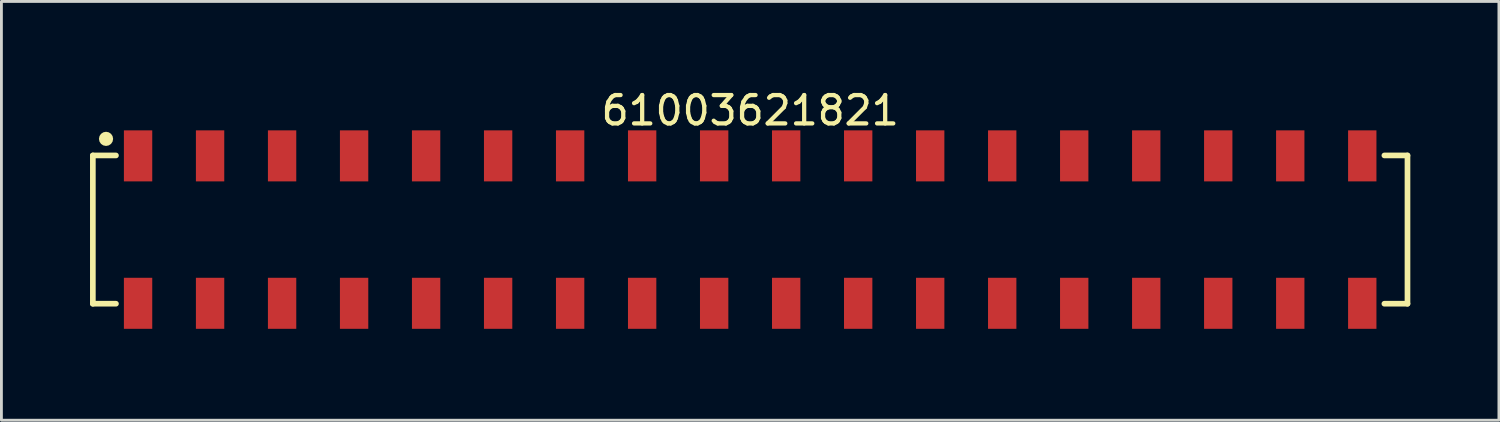
<source format=kicad_pcb>
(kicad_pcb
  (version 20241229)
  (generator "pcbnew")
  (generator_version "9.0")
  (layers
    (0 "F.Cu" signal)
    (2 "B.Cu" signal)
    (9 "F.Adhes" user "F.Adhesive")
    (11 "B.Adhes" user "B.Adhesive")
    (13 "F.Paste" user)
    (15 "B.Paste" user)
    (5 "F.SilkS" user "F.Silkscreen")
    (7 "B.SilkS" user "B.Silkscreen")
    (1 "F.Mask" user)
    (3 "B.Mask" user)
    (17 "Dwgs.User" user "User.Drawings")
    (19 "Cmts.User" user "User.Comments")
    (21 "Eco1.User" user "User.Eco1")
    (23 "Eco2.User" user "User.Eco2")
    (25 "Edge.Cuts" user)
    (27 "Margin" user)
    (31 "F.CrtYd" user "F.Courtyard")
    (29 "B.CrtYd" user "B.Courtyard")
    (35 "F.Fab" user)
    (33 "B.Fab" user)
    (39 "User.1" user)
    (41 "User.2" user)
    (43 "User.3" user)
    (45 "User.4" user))
  (footprint "61003621821"
    (layer "F.Cu")
    (at 23.41 5.048)
    (property "Reference" "61003621821" (at 0 -4.2 0) (layer "F.SilkS") (effects (font (size 1 1) (thickness 0.15))))
    (fp_line (start -23.185 -2.615) (end -22.37 -2.615) (stroke (width 0.2) (type solid)) (layer "F.SilkS"))
    (fp_line (start -23.185 2.615) (end -23.185 -2.615) (stroke (width 0.2) (type solid)) (layer "F.SilkS"))
    (fp_line (start -23.185 2.615) (end -22.37 2.615) (stroke (width 0.2) (type solid)) (layer "F.SilkS"))
    (fp_line (start 22.37 -2.615) (end 23.185 -2.615) (stroke (width 0.2) (type solid)) (layer "F.SilkS"))
    (fp_line (start 22.37 2.615) (end 23.185 2.615) (stroke (width 0.2) (type solid)) (layer "F.SilkS"))
    (fp_line (start 23.185 2.615) (end 23.185 -2.615) (stroke (width 0.2) (type solid)) (layer "F.SilkS"))
    (fp_circle (center -22.72 -3.2) (end -22.72 -3.325) (stroke (width 0.25) (type solid)) (fill no) (layer "F.SilkS"))
    (fp_line (start -23.385 -3.7) (end 23.385 -3.7) (stroke (width 0.05) (type solid)) (layer "Eco2.User"))
    (fp_line (start -23.385 3.7) (end -23.385 -3.7) (stroke (width 0.05) (type solid)) (layer "Eco2.User"))
    (fp_line (start -23.385 3.7) (end 23.385 3.7) (stroke (width 0.05) (type solid)) (layer "Eco2.User"))
    (fp_line (start -23.11 -2.54) (end 23.11 -2.54) (stroke (width 0.1) (type solid)) (layer "Eco2.User"))
    (fp_line (start -23.11 2.54) (end -23.11 -2.54) (stroke (width 0.1) (type solid)) (layer "Eco2.User"))
    (fp_line (start -23.11 2.54) (end 23.11 2.54) (stroke (width 0.1) (type solid)) (layer "Eco2.User"))
    (fp_line (start -21.91 -3.35) (end -21.27 -3.35) (stroke (width 0.1) (type solid)) (layer "Eco2.User"))
    (fp_line (start -21.91 -2.54) (end -21.91 -3.35) (stroke (width 0.1) (type solid)) (layer "Eco2.User"))
    (fp_line (start -21.91 3.35) (end -21.91 2.54) (stroke (width 0.1) (type solid)) (layer "Eco2.User"))
    (fp_line (start -21.91 3.35) (end -21.27 3.35) (stroke (width 0.1) (type solid)) (layer "Eco2.User"))
    (fp_line (start -21.27 -2.54) (end -21.27 -3.35) (stroke (width 0.1) (type solid)) (layer "Eco2.User"))
    (fp_line (start -21.27 3.35) (end -21.27 2.54) (stroke (width 0.1) (type solid)) (layer "Eco2.User"))
    (fp_line (start -19.37 -3.35) (end -18.73 -3.35) (stroke (width 0.1) (type solid)) (layer "Eco2.User"))
    (fp_line (start -19.37 -2.54) (end -19.37 -3.35) (stroke (width 0.1) (type solid)) (layer "Eco2.User"))
    (fp_line (start -19.37 3.35) (end -19.37 2.54) (stroke (width 0.1) (type solid)) (layer "Eco2.User"))
    (fp_line (start -19.37 3.35) (end -18.73 3.35) (stroke (width 0.1) (type solid)) (layer "Eco2.User"))
    (fp_line (start -18.73 -2.54) (end -18.73 -3.35) (stroke (width 0.1) (type solid)) (layer "Eco2.User"))
    (fp_line (start -18.73 3.35) (end -18.73 2.54) (stroke (width 0.1) (type solid)) (layer "Eco2.User"))
    (fp_line (start -16.83 -3.35) (end -16.19 -3.35) (stroke (width 0.1) (type solid)) (layer "Eco2.User"))
    (fp_line (start -16.83 -2.54) (end -16.83 -3.35) (stroke (width 0.1) (type solid)) (layer "Eco2.User"))
    (fp_line (start -16.83 3.35) (end -16.83 2.54) (stroke (width 0.1) (type solid)) (layer "Eco2.User"))
    (fp_line (start -16.83 3.35) (end -16.19 3.35) (stroke (width 0.1) (type solid)) (layer "Eco2.User"))
    (fp_line (start -16.19 -2.54) (end -16.19 -3.35) (stroke (width 0.1) (type solid)) (layer "Eco2.User"))
    (fp_line (start -16.19 3.35) (end -16.19 2.54) (stroke (width 0.1) (type solid)) (layer "Eco2.User"))
    (fp_line (start -14.29 -3.35) (end -13.65 -3.35) (stroke (width 0.1) (type solid)) (layer "Eco2.User"))
    (fp_line (start -14.29 -2.54) (end -14.29 -3.35) (stroke (width 0.1) (type solid)) (layer "Eco2.User"))
    (fp_line (start -14.29 3.35) (end -14.29 2.54) (stroke (width 0.1) (type solid)) (layer "Eco2.User"))
    (fp_line (start -14.29 3.35) (end -13.65 3.35) (stroke (width 0.1) (type solid)) (layer "Eco2.User"))
    (fp_line (start -13.65 -2.54) (end -13.65 -3.35) (stroke (width 0.1) (type solid)) (layer "Eco2.User"))
    (fp_line (start -13.65 3.35) (end -13.65 2.54) (stroke (width 0.1) (type solid)) (layer "Eco2.User"))
    (fp_line (start -11.75 -3.35) (end -11.11 -3.35) (stroke (width 0.1) (type solid)) (layer "Eco2.User"))
    (fp_line (start -11.75 -2.54) (end -11.75 -3.35) (stroke (width 0.1) (type solid)) (layer "Eco2.User"))
    (fp_line (start -11.75 3.35) (end -11.75 2.54) (stroke (width 0.1) (type solid)) (layer "Eco2.User"))
    (fp_line (start -11.75 3.35) (end -11.11 3.35) (stroke (width 0.1) (type solid)) (layer "Eco2.User"))
    (fp_line (start -11.11 -2.54) (end -11.11 -3.35) (stroke (width 0.1) (type solid)) (layer "Eco2.User"))
    (fp_line (start -11.11 3.35) (end -11.11 2.54) (stroke (width 0.1) (type solid)) (layer "Eco2.User"))
    (fp_line (start -9.21 -3.35) (end -8.57 -3.35) (stroke (width 0.1) (type solid)) (layer "Eco2.User"))
    (fp_line (start -9.21 -2.54) (end -9.21 -3.35) (stroke (width 0.1) (type solid)) (layer "Eco2.User"))
    (fp_line (start -9.21 3.35) (end -9.21 2.54) (stroke (width 0.1) (type solid)) (layer "Eco2.User"))
    (fp_line (start -9.21 3.35) (end -8.57 3.35) (stroke (width 0.1) (type solid)) (layer "Eco2.User"))
    (fp_line (start -8.57 -2.54) (end -8.57 -3.35) (stroke (width 0.1) (type solid)) (layer "Eco2.User"))
    (fp_line (start -8.57 3.35) (end -8.57 2.54) (stroke (width 0.1) (type solid)) (layer "Eco2.User"))
    (fp_line (start -6.67 -3.35) (end -6.03 -3.35) (stroke (width 0.1) (type solid)) (layer "Eco2.User"))
    (fp_line (start -6.67 -2.54) (end -6.67 -3.35) (stroke (width 0.1) (type solid)) (layer "Eco2.User"))
    (fp_line (start -6.67 3.35) (end -6.67 2.54) (stroke (width 0.1) (type solid)) (layer "Eco2.User"))
    (fp_line (start -6.67 3.35) (end -6.03 3.35) (stroke (width 0.1) (type solid)) (layer "Eco2.User"))
    (fp_line (start -6.03 -2.54) (end -6.03 -3.35) (stroke (width 0.1) (type solid)) (layer "Eco2.User"))
    (fp_line (start -6.03 3.35) (end -6.03 2.54) (stroke (width 0.1) (type solid)) (layer "Eco2.User"))
    (fp_line (start -4.13 -3.35) (end -3.49 -3.35) (stroke (width 0.1) (type solid)) (layer "Eco2.User"))
    (fp_line (start -4.13 -2.54) (end -4.13 -3.35) (stroke (width 0.1) (type solid)) (layer "Eco2.User"))
    (fp_line (start -4.13 3.35) (end -4.13 2.54) (stroke (width 0.1) (type solid)) (layer "Eco2.User"))
    (fp_line (start -4.13 3.35) (end -3.49 3.35) (stroke (width 0.1) (type solid)) (layer "Eco2.User"))
    (fp_line (start -3.49 -2.54) (end -3.49 -3.35) (stroke (width 0.1) (type solid)) (layer "Eco2.User"))
    (fp_line (start -3.49 3.35) (end -3.49 2.54) (stroke (width 0.1) (type solid)) (layer "Eco2.User"))
    (fp_line (start -1.59 -3.35) (end -0.95 -3.35) (stroke (width 0.1) (type solid)) (layer "Eco2.User"))
    (fp_line (start -1.59 -2.54) (end -1.59 -3.35) (stroke (width 0.1) (type solid)) (layer "Eco2.User"))
    (fp_line (start -1.59 3.35) (end -1.59 2.54) (stroke (width 0.1) (type solid)) (layer "Eco2.User"))
    (fp_line (start -1.59 3.35) (end -0.95 3.35) (stroke (width 0.1) (type solid)) (layer "Eco2.User"))
    (fp_line (start -0.95 -2.54) (end -0.95 -3.35) (stroke (width 0.1) (type solid)) (layer "Eco2.User"))
    (fp_line (start -0.95 3.35) (end -0.95 2.54) (stroke (width 0.1) (type solid)) (layer "Eco2.User"))
    (fp_line (start -0.5 0) (end 0.5 0) (stroke (width 0.05) (type solid)) (layer "Eco2.User"))
    (fp_line (start 0 0.5) (end 0 -0.5) (stroke (width 0.05) (type solid)) (layer "Eco2.User"))
    (fp_line (start 0.95 -3.35) (end 1.59 -3.35) (stroke (width 0.1) (type solid)) (layer "Eco2.User"))
    (fp_line (start 0.95 -2.54) (end 0.95 -3.35) (stroke (width 0.1) (type solid)) (layer "Eco2.User"))
    (fp_line (start 0.95 3.35) (end 0.95 2.54) (stroke (width 0.1) (type solid)) (layer "Eco2.User"))
    (fp_line (start 0.95 3.35) (end 1.59 3.35) (stroke (width 0.1) (type solid)) (layer "Eco2.User"))
    (fp_line (start 1.59 -2.54) (end 1.59 -3.35) (stroke (width 0.1) (type solid)) (layer "Eco2.User"))
    (fp_line (start 1.59 3.35) (end 1.59 2.54) (stroke (width 0.1) (type solid)) (layer "Eco2.User"))
    (fp_line (start 3.49 -3.35) (end 4.13 -3.35) (stroke (width 0.1) (type solid)) (layer "Eco2.User"))
    (fp_line (start 3.49 -2.54) (end 3.49 -3.35) (stroke (width 0.1) (type solid)) (layer "Eco2.User"))
    (fp_line (start 3.49 3.35) (end 3.49 2.54) (stroke (width 0.1) (type solid)) (layer "Eco2.User"))
    (fp_line (start 3.49 3.35) (end 4.13 3.35) (stroke (width 0.1) (type solid)) (layer "Eco2.User"))
    (fp_line (start 4.13 -2.54) (end 4.13 -3.35) (stroke (width 0.1) (type solid)) (layer "Eco2.User"))
    (fp_line (start 4.13 3.35) (end 4.13 2.54) (stroke (width 0.1) (type solid)) (layer "Eco2.User"))
    (fp_line (start 6.03 -3.35) (end 6.67 -3.35) (stroke (width 0.1) (type solid)) (layer "Eco2.User"))
    (fp_line (start 6.03 -2.54) (end 6.03 -3.35) (stroke (width 0.1) (type solid)) (layer "Eco2.User"))
    (fp_line (start 6.03 3.35) (end 6.03 2.54) (stroke (width 0.1) (type solid)) (layer "Eco2.User"))
    (fp_line (start 6.03 3.35) (end 6.67 3.35) (stroke (width 0.1) (type solid)) (layer "Eco2.User"))
    (fp_line (start 6.67 -2.54) (end 6.67 -3.35) (stroke (width 0.1) (type solid)) (layer "Eco2.User"))
    (fp_line (start 6.67 3.35) (end 6.67 2.54) (stroke (width 0.1) (type solid)) (layer "Eco2.User"))
    (fp_line (start 8.57 -3.35) (end 9.21 -3.35) (stroke (width 0.1) (type solid)) (layer "Eco2.User"))
    (fp_line (start 8.57 -2.54) (end 8.57 -3.35) (stroke (width 0.1) (type solid)) (layer "Eco2.User"))
    (fp_line (start 8.57 3.35) (end 8.57 2.54) (stroke (width 0.1) (type solid)) (layer "Eco2.User"))
    (fp_line (start 8.57 3.35) (end 9.21 3.35) (stroke (width 0.1) (type solid)) (layer "Eco2.User"))
    (fp_line (start 9.21 -2.54) (end 9.21 -3.35) (stroke (width 0.1) (type solid)) (layer "Eco2.User"))
    (fp_line (start 9.21 3.35) (end 9.21 2.54) (stroke (width 0.1) (type solid)) (layer "Eco2.User"))
    (fp_line (start 11.11 -3.35) (end 11.75 -3.35) (stroke (width 0.1) (type solid)) (layer "Eco2.User"))
    (fp_line (start 11.11 -2.54) (end 11.11 -3.35) (stroke (width 0.1) (type solid)) (layer "Eco2.User"))
    (fp_line (start 11.11 3.35) (end 11.11 2.54) (stroke (width 0.1) (type solid)) (layer "Eco2.User"))
    (fp_line (start 11.11 3.35) (end 11.75 3.35) (stroke (width 0.1) (type solid)) (layer "Eco2.User"))
    (fp_line (start 11.75 -2.54) (end 11.75 -3.35) (stroke (width 0.1) (type solid)) (layer "Eco2.User"))
    (fp_line (start 11.75 3.35) (end 11.75 2.54) (stroke (width 0.1) (type solid)) (layer "Eco2.User"))
    (fp_line (start 13.65 -3.35) (end 14.29 -3.35) (stroke (width 0.1) (type solid)) (layer "Eco2.User"))
    (fp_line (start 13.65 -2.54) (end 13.65 -3.35) (stroke (width 0.1) (type solid)) (layer "Eco2.User"))
    (fp_line (start 13.65 3.35) (end 13.65 2.54) (stroke (width 0.1) (type solid)) (layer "Eco2.User"))
    (fp_line (start 13.65 3.35) (end 14.29 3.35) (stroke (width 0.1) (type solid)) (layer "Eco2.User"))
    (fp_line (start 14.29 -2.54) (end 14.29 -3.35) (stroke (width 0.1) (type solid)) (layer "Eco2.User"))
    (fp_line (start 14.29 3.35) (end 14.29 2.54) (stroke (width 0.1) (type solid)) (layer "Eco2.User"))
    (fp_line (start 16.19 -3.35) (end 16.83 -3.35) (stroke (width 0.1) (type solid)) (layer "Eco2.User"))
    (fp_line (start 16.19 -2.54) (end 16.19 -3.35) (stroke (width 0.1) (type solid)) (layer "Eco2.User"))
    (fp_line (start 16.19 3.35) (end 16.19 2.54) (stroke (width 0.1) (type solid)) (layer "Eco2.User"))
    (fp_line (start 16.19 3.35) (end 16.83 3.35) (stroke (width 0.1) (type solid)) (layer "Eco2.User"))
    (fp_line (start 16.83 -2.54) (end 16.83 -3.35) (stroke (width 0.1) (type solid)) (layer "Eco2.User"))
    (fp_line (start 16.83 3.35) (end 16.83 2.54) (stroke (width 0.1) (type solid)) (layer "Eco2.User"))
    (fp_line (start 18.73 -3.35) (end 19.37 -3.35) (stroke (width 0.1) (type solid)) (layer "Eco2.User"))
    (fp_line (start 18.73 -2.54) (end 18.73 -3.35) (stroke (width 0.1) (type solid)) (layer "Eco2.User"))
    (fp_line (start 18.73 3.35) (end 18.73 2.54) (stroke (width 0.1) (type solid)) (layer "Eco2.User"))
    (fp_line (start 18.73 3.35) (end 19.37 3.35) (stroke (width 0.1) (type solid)) (layer "Eco2.User"))
    (fp_line (start 19.37 -2.54) (end 19.37 -3.35) (stroke (width 0.1) (type solid)) (layer "Eco2.User"))
    (fp_line (start 19.37 3.35) (end 19.37 2.54) (stroke (width 0.1) (type solid)) (layer "Eco2.User"))
    (fp_line (start 21.27 -3.35) (end 21.91 -3.35) (stroke (width 0.1) (type solid)) (layer "Eco2.User"))
    (fp_line (start 21.27 -2.54) (end 21.27 -3.35) (stroke (width 0.1) (type solid)) (layer "Eco2.User"))
    (fp_line (start 21.27 3.35) (end 21.27 2.54) (stroke (width 0.1) (type solid)) (layer "Eco2.User"))
    (fp_line (start 21.27 3.35) (end 21.91 3.35) (stroke (width 0.1) (type solid)) (layer "Eco2.User"))
    (fp_line (start 21.91 -2.54) (end 21.91 -3.35) (stroke (width 0.1) (type solid)) (layer "Eco2.User"))
    (fp_line (start 21.91 3.35) (end 21.91 2.54) (stroke (width 0.1) (type solid)) (layer "Eco2.User"))
    (fp_line (start 23.11 2.54) (end 23.11 -2.54) (stroke (width 0.1) (type solid)) (layer "Eco2.User"))
    (fp_line (start 23.385 3.7) (end 23.385 -3.7) (stroke (width 0.05) (type solid)) (layer "Eco2.User"))
    (fp_text user "${REFERENCE}" (at 0.15 -0.197 0) (unlocked yes) (layer "User.3") (effects (font (size 1.5 1.5) (thickness 0.15))))
    (pad "1" smd rect (at -21.59 -2.6) (size 1 1.8) (layers "F.Cu" "F.Mask" "F.Paste"))
    (pad "2" smd rect (at -21.59 2.6) (size 1 1.8) (layers "F.Cu" "F.Mask" "F.Paste"))
    (pad "3" smd rect (at -19.05 -2.6) (size 1 1.8) (layers "F.Cu" "F.Mask" "F.Paste"))
    (pad "4" smd rect (at -19.05 2.6) (size 1 1.8) (layers "F.Cu" "F.Mask" "F.Paste"))
    (pad "5" smd rect (at -16.51 -2.6) (size 1 1.8) (layers "F.Cu" "F.Mask" "F.Paste"))
    (pad "6" smd rect (at -16.51 2.6) (size 1 1.8) (layers "F.Cu" "F.Mask" "F.Paste"))
    (pad "7" smd rect (at -13.97 -2.6) (size 1 1.8) (layers "F.Cu" "F.Mask" "F.Paste"))
    (pad "8" smd rect (at -13.97 2.6) (size 1 1.8) (layers "F.Cu" "F.Mask" "F.Paste"))
    (pad "9" smd rect (at -11.43 -2.6) (size 1 1.8) (layers "F.Cu" "F.Mask" "F.Paste"))
    (pad "10" smd rect (at -11.43 2.6) (size 1 1.8) (layers "F.Cu" "F.Mask" "F.Paste"))
    (pad "11" smd rect (at -8.89 -2.6) (size 1 1.8) (layers "F.Cu" "F.Mask" "F.Paste"))
    (pad "12" smd rect (at -8.89 2.6) (size 1 1.8) (layers "F.Cu" "F.Mask" "F.Paste"))
    (pad "13" smd rect (at -6.35 -2.6) (size 1 1.8) (layers "F.Cu" "F.Mask" "F.Paste"))
    (pad "14" smd rect (at -6.35 2.6) (size 1 1.8) (layers "F.Cu" "F.Mask" "F.Paste"))
    (pad "15" smd rect (at -3.81 -2.6) (size 1 1.8) (layers "F.Cu" "F.Mask" "F.Paste"))
    (pad "16" smd rect (at -3.81 2.6) (size 1 1.8) (layers "F.Cu" "F.Mask" "F.Paste"))
    (pad "17" smd rect (at -1.27 -2.6) (size 1 1.8) (layers "F.Cu" "F.Mask" "F.Paste"))
    (pad "18" smd rect (at -1.27 2.6) (size 1 1.8) (layers "F.Cu" "F.Mask" "F.Paste"))
    (pad "19" smd rect (at 1.27 -2.6) (size 1 1.8) (layers "F.Cu" "F.Mask" "F.Paste"))
    (pad "20" smd rect (at 1.27 2.6) (size 1 1.8) (layers "F.Cu" "F.Mask" "F.Paste"))
    (pad "21" smd rect (at 3.81 -2.6) (size 1 1.8) (layers "F.Cu" "F.Mask" "F.Paste"))
    (pad "22" smd rect (at 3.81 2.6) (size 1 1.8) (layers "F.Cu" "F.Mask" "F.Paste"))
    (pad "23" smd rect (at 6.35 -2.6) (size 1 1.8) (layers "F.Cu" "F.Mask" "F.Paste"))
    (pad "24" smd rect (at 6.35 2.6) (size 1 1.8) (layers "F.Cu" "F.Mask" "F.Paste"))
    (pad "25" smd rect (at 8.89 -2.6) (size 1 1.8) (layers "F.Cu" "F.Mask" "F.Paste"))
    (pad "26" smd rect (at 8.89 2.6) (size 1 1.8) (layers "F.Cu" "F.Mask" "F.Paste"))
    (pad "27" smd rect (at 11.43 -2.6) (size 1 1.8) (layers "F.Cu" "F.Mask" "F.Paste"))
    (pad "28" smd rect (at 11.43 2.6) (size 1 1.8) (layers "F.Cu" "F.Mask" "F.Paste"))
    (pad "29" smd rect (at 13.97 -2.6) (size 1 1.8) (layers "F.Cu" "F.Mask" "F.Paste"))
    (pad "30" smd rect (at 13.97 2.6) (size 1 1.8) (layers "F.Cu" "F.Mask" "F.Paste"))
    (pad "31" smd rect (at 16.51 -2.6) (size 1 1.8) (layers "F.Cu" "F.Mask" "F.Paste"))
    (pad "32" smd rect (at 16.51 2.6) (size 1 1.8) (layers "F.Cu" "F.Mask" "F.Paste"))
    (pad "33" smd rect (at 19.05 -2.6) (size 1 1.8) (layers "F.Cu" "F.Mask" "F.Paste"))
    (pad "34" smd rect (at 19.05 2.6) (size 1 1.8) (layers "F.Cu" "F.Mask" "F.Paste"))
    (pad "35" smd rect (at 21.59 -2.6) (size 1 1.8) (layers "F.Cu" "F.Mask" "F.Paste"))
    (pad "36" smd rect (at 21.59 2.6) (size 1 1.8) (layers "F.Cu" "F.Mask" "F.Paste")))
  (gr_rect
    (start -3 -3)
    (end 49.82 11.773)
    (stroke (width 0.1) (type default))
    (fill no)
    (layer "Edge.Cuts")))
</source>
